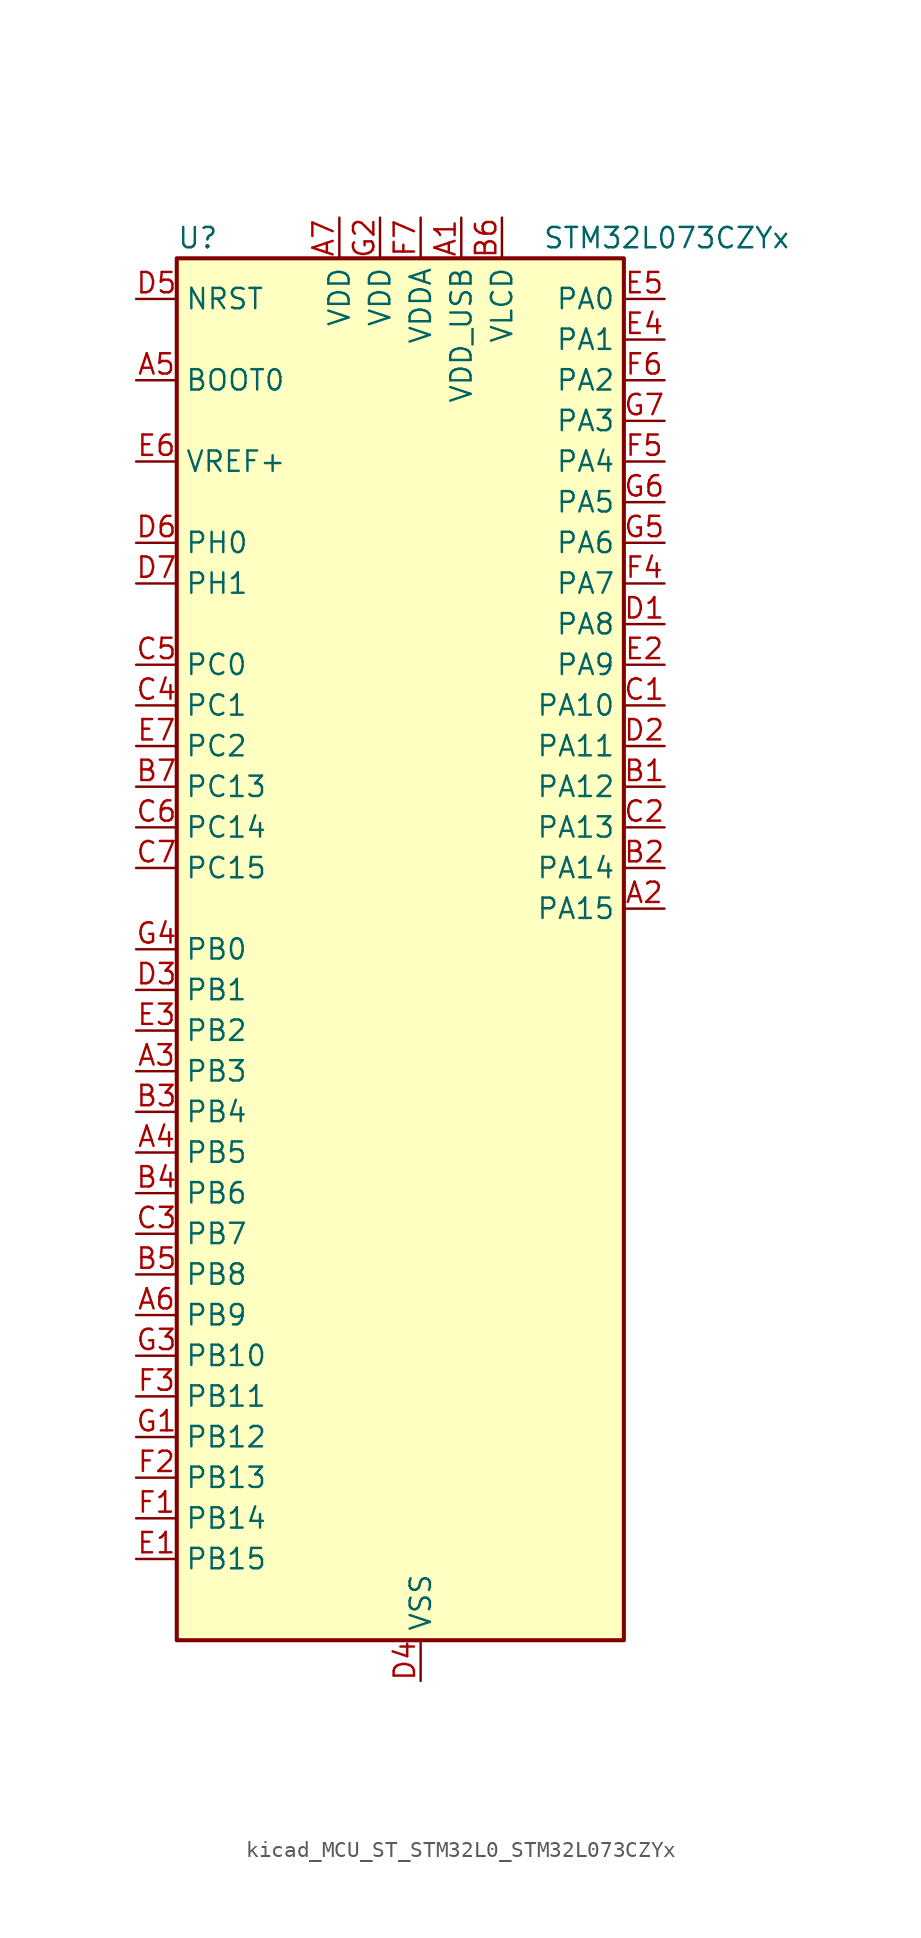
<source format=kicad_sym>
(kicad_symbol_lib
  (version 20220914)
  (generator kicad_symbol_editor)
  (symbol "kicad_MCU_ST_STM32L0_STM32L073CZYx"
    (property "Reference" "U"
      (at -12.7 44.45 0)
      (effects (font (size 1.27 1.27)) (justify left)))
    (property "Value" "STM32L073CZYx"
      (at 10.16 44.45 0)
      (effects (font (size 1.27 1.27)) (justify left)))
    (property "ki_locked" ""
      (at 0 0 0)
      (effects (font (size 1.27 1.27))))
    (symbol "kicad_MCU_ST_STM32L0_STM32L073CZYx_0_1"
      (rectangle (start -12.7 -43.18) (end 15.24 43.18) (stroke (width 0.254) (type default)) (fill (type background))))
    (symbol "kicad_MCU_ST_STM32L0_STM32L073CZYx_1_1"
      (pin power_in line (at 5.08 45.72 270) (length 2.54) (name "VDD_USB" (effects (font (size 1.27 1.27)))) (number "A1" (effects (font (size 1.27 1.27)))))
      (pin bidirectional line (at 17.78 2.54 180) (length 2.54) (name "PA15" (effects (font (size 1.27 1.27)))) (number "A2" (effects (font (size 1.27 1.27)))) (alternate "LCD_SEG17" bidirectional line) (alternate "SPI1_NSS" bidirectional line) (alternate "TIM2_CH1" bidirectional line) (alternate "TIM2_ETR" bidirectional line) (alternate "USART2_RX" bidirectional line) (alternate "USART4_DE" bidirectional line) (alternate "USART4_RTS" bidirectional line))
      (pin bidirectional line (at -15.24 -7.62 0) (length 2.54) (name "PB3" (effects (font (size 1.27 1.27)))) (number "A3" (effects (font (size 1.27 1.27)))) (alternate "COMP2_INM" bidirectional line) (alternate "LCD_SEG7" bidirectional line) (alternate "SPI1_SCK" bidirectional line) (alternate "TIM2_CH2" bidirectional line) (alternate "TSC_G5_IO1" bidirectional line) (alternate "USART1_DE" bidirectional line) (alternate "USART1_RTS" bidirectional line) (alternate "USART5_TX" bidirectional line))
      (pin bidirectional line (at -15.24 -12.7 0) (length 2.54) (name "PB5" (effects (font (size 1.27 1.27)))) (number "A4" (effects (font (size 1.27 1.27)))) (alternate "COMP2_INP" bidirectional line) (alternate "I2C1_SMBA" bidirectional line) (alternate "LCD_SEG9" bidirectional line) (alternate "LPTIM1_IN1" bidirectional line) (alternate "SPI1_MOSI" bidirectional line) (alternate "TIM22_CH2" bidirectional line) (alternate "TIM3_CH2" bidirectional line) (alternate "USART1_CK" bidirectional line) (alternate "USART5_CK" bidirectional line) (alternate "USART5_DE" bidirectional line) (alternate "USART5_RTS" bidirectional line))
      (pin input line (at -15.24 35.56 0) (length 2.54) (name "BOOT0" (effects (font (size 1.27 1.27)))) (number "A5" (effects (font (size 1.27 1.27)))))
      (pin bidirectional line (at -15.24 -22.86 0) (length 2.54) (name "PB9" (effects (font (size 1.27 1.27)))) (number "A6" (effects (font (size 1.27 1.27)))) (alternate "DAC_EXTI9" bidirectional line) (alternate "I2C1_SDA" bidirectional line) (alternate "I2S2_WS" bidirectional line) (alternate "LCD_COM3" bidirectional line) (alternate "SPI2_NSS" bidirectional line))
      (pin power_in line (at -2.54 45.72 270) (length 2.54) (name "VDD" (effects (font (size 1.27 1.27)))) (number "A7" (effects (font (size 1.27 1.27)))))
      (pin bidirectional line (at 17.78 10.16 180) (length 2.54) (name "PA12" (effects (font (size 1.27 1.27)))) (number "B1" (effects (font (size 1.27 1.27)))) (alternate "COMP2_OUT" bidirectional line) (alternate "SPI1_MOSI" bidirectional line) (alternate "TSC_G4_IO4" bidirectional line) (alternate "USART1_DE" bidirectional line) (alternate "USART1_RTS" bidirectional line) (alternate "USB_DP" bidirectional line))
      (pin bidirectional line (at 17.78 5.08 180) (length 2.54) (name "PA14" (effects (font (size 1.27 1.27)))) (number "B2" (effects (font (size 1.27 1.27)))) (alternate "LPUART1_TX" bidirectional line) (alternate "SYS_SWCLK" bidirectional line) (alternate "USART2_TX" bidirectional line))
      (pin bidirectional line (at -15.24 -10.16 0) (length 2.54) (name "PB4" (effects (font (size 1.27 1.27)))) (number "B3" (effects (font (size 1.27 1.27)))) (alternate "COMP2_INP" bidirectional line) (alternate "I2C3_SDA" bidirectional line) (alternate "LCD_SEG8" bidirectional line) (alternate "SPI1_MISO" bidirectional line) (alternate "TIM22_CH1" bidirectional line) (alternate "TIM3_CH1" bidirectional line) (alternate "TSC_G5_IO2" bidirectional line) (alternate "USART1_CTS" bidirectional line) (alternate "USART5_RX" bidirectional line))
      (pin bidirectional line (at -15.24 -15.24 0) (length 2.54) (name "PB6" (effects (font (size 1.27 1.27)))) (number "B4" (effects (font (size 1.27 1.27)))) (alternate "COMP2_INP" bidirectional line) (alternate "I2C1_SCL" bidirectional line) (alternate "LPTIM1_ETR" bidirectional line) (alternate "TSC_G5_IO3" bidirectional line) (alternate "USART1_TX" bidirectional line))
      (pin bidirectional line (at -15.24 -20.32 0) (length 2.54) (name "PB8" (effects (font (size 1.27 1.27)))) (number "B5" (effects (font (size 1.27 1.27)))) (alternate "I2C1_SCL" bidirectional line) (alternate "LCD_SEG16" bidirectional line) (alternate "TSC_SYNC" bidirectional line))
      (pin power_in line (at 7.62 45.72 270) (length 2.54) (name "VLCD" (effects (font (size 1.27 1.27)))) (number "B6" (effects (font (size 1.27 1.27)))))
      (pin bidirectional line (at -15.24 10.16 0) (length 2.54) (name "PC13" (effects (font (size 1.27 1.27)))) (number "B7" (effects (font (size 1.27 1.27)))) (alternate "RTC_OUT_ALARM" bidirectional line) (alternate "RTC_OUT_CALIB" bidirectional line) (alternate "RTC_TAMP1" bidirectional line) (alternate "RTC_TS" bidirectional line) (alternate "SYS_WKUP2" bidirectional line))
      (pin bidirectional line (at 17.78 15.24 180) (length 2.54) (name "PA10" (effects (font (size 1.27 1.27)))) (number "C1" (effects (font (size 1.27 1.27)))) (alternate "I2C1_SDA" bidirectional line) (alternate "LCD_COM2" bidirectional line) (alternate "TSC_G4_IO2" bidirectional line) (alternate "USART1_RX" bidirectional line))
      (pin bidirectional line (at 17.78 7.62 180) (length 2.54) (name "PA13" (effects (font (size 1.27 1.27)))) (number "C2" (effects (font (size 1.27 1.27)))) (alternate "LPUART1_RX" bidirectional line) (alternate "SYS_SWDIO" bidirectional line) (alternate "USB_NOE" bidirectional line))
      (pin bidirectional line (at -15.24 -17.78 0) (length 2.54) (name "PB7" (effects (font (size 1.27 1.27)))) (number "C3" (effects (font (size 1.27 1.27)))) (alternate "COMP2_INP" bidirectional line) (alternate "I2C1_SDA" bidirectional line) (alternate "LPTIM1_IN2" bidirectional line) (alternate "SYS_PVD_IN" bidirectional line) (alternate "TSC_G5_IO4" bidirectional line) (alternate "USART1_RX" bidirectional line) (alternate "USART4_CTS" bidirectional line))
      (pin bidirectional line (at -15.24 15.24 0) (length 2.54) (name "PC1" (effects (font (size 1.27 1.27)))) (number "C4" (effects (font (size 1.27 1.27)))) (alternate "ADC_IN11" bidirectional line) (alternate "I2C3_SDA" bidirectional line) (alternate "LCD_SEG19" bidirectional line) (alternate "LPTIM1_OUT" bidirectional line) (alternate "LPUART1_TX" bidirectional line) (alternate "TSC_G7_IO2" bidirectional line))
      (pin bidirectional line (at -15.24 17.78 0) (length 2.54) (name "PC0" (effects (font (size 1.27 1.27)))) (number "C5" (effects (font (size 1.27 1.27)))) (alternate "ADC_IN10" bidirectional line) (alternate "I2C3_SCL" bidirectional line) (alternate "LCD_SEG18" bidirectional line) (alternate "LPTIM1_IN1" bidirectional line) (alternate "LPUART1_RX" bidirectional line) (alternate "TSC_G7_IO1" bidirectional line))
      (pin bidirectional line (at -15.24 7.62 0) (length 2.54) (name "PC14" (effects (font (size 1.27 1.27)))) (number "C6" (effects (font (size 1.27 1.27)))) (alternate "RCC_OSC32_IN" bidirectional line))
      (pin bidirectional line (at -15.24 5.08 0) (length 2.54) (name "PC15" (effects (font (size 1.27 1.27)))) (number "C7" (effects (font (size 1.27 1.27)))) (alternate "RCC_OSC32_OUT" bidirectional line))
      (pin bidirectional line (at 17.78 20.32 180) (length 2.54) (name "PA8" (effects (font (size 1.27 1.27)))) (number "D1" (effects (font (size 1.27 1.27)))) (alternate "CRS_SYNC" bidirectional line) (alternate "I2C3_SCL" bidirectional line) (alternate "LCD_COM0" bidirectional line) (alternate "RCC_MCO" bidirectional line) (alternate "USART1_CK" bidirectional line))
      (pin bidirectional line (at 17.78 12.7 180) (length 2.54) (name "PA11" (effects (font (size 1.27 1.27)))) (number "D2" (effects (font (size 1.27 1.27)))) (alternate "ADC_EXTI11" bidirectional line) (alternate "COMP1_OUT" bidirectional line) (alternate "SPI1_MISO" bidirectional line) (alternate "TSC_G4_IO3" bidirectional line) (alternate "USART1_CTS" bidirectional line) (alternate "USB_DM" bidirectional line))
      (pin bidirectional line (at -15.24 -2.54 0) (length 2.54) (name "PB1" (effects (font (size 1.27 1.27)))) (number "D3" (effects (font (size 1.27 1.27)))) (alternate "ADC_IN9" bidirectional line) (alternate "LCD_SEG6" bidirectional line) (alternate "LPUART1_DE" bidirectional line) (alternate "LPUART1_RTS" bidirectional line) (alternate "SYS_VREF_OUT_PB1" bidirectional line) (alternate "TIM3_CH4" bidirectional line) (alternate "TSC_G3_IO3" bidirectional line))
      (pin power_in line (at 2.54 -45.72 90) (length 2.54) (name "VSS" (effects (font (size 1.27 1.27)))) (number "D4" (effects (font (size 1.27 1.27)))))
      (pin input line (at -15.24 40.64 0) (length 2.54) (name "NRST" (effects (font (size 1.27 1.27)))) (number "D5" (effects (font (size 1.27 1.27)))))
      (pin bidirectional line (at -15.24 25.4 0) (length 2.54) (name "PH0" (effects (font (size 1.27 1.27)))) (number "D6" (effects (font (size 1.27 1.27)))) (alternate "CRS_SYNC" bidirectional line) (alternate "RCC_OSC_IN" bidirectional line))
      (pin bidirectional line (at -15.24 22.86 0) (length 2.54) (name "PH1" (effects (font (size 1.27 1.27)))) (number "D7" (effects (font (size 1.27 1.27)))) (alternate "RCC_OSC_OUT" bidirectional line))
      (pin bidirectional line (at -15.24 -38.1 0) (length 2.54) (name "PB15" (effects (font (size 1.27 1.27)))) (number "E1" (effects (font (size 1.27 1.27)))) (alternate "I2S2_SD" bidirectional line) (alternate "LCD_SEG15" bidirectional line) (alternate "RTC_REFIN" bidirectional line) (alternate "SPI2_MOSI" bidirectional line))
      (pin bidirectional line (at 17.78 17.78 180) (length 2.54) (name "PA9" (effects (font (size 1.27 1.27)))) (number "E2" (effects (font (size 1.27 1.27)))) (alternate "DAC_EXTI9" bidirectional line) (alternate "I2C1_SCL" bidirectional line) (alternate "I2C3_SMBA" bidirectional line) (alternate "LCD_COM1" bidirectional line) (alternate "RCC_MCO" bidirectional line) (alternate "TSC_G4_IO1" bidirectional line) (alternate "USART1_TX" bidirectional line))
      (pin bidirectional line (at -15.24 -5.08 0) (length 2.54) (name "PB2" (effects (font (size 1.27 1.27)))) (number "E3" (effects (font (size 1.27 1.27)))) (alternate "I2C3_SMBA" bidirectional line) (alternate "LCD_VLCD2" bidirectional line) (alternate "LPTIM1_OUT" bidirectional line) (alternate "TSC_G3_IO4" bidirectional line))
      (pin bidirectional line (at 17.78 38.1 180) (length 2.54) (name "PA1" (effects (font (size 1.27 1.27)))) (number "E4" (effects (font (size 1.27 1.27)))) (alternate "ADC_IN1" bidirectional line) (alternate "COMP1_INP" bidirectional line) (alternate "LCD_SEG0" bidirectional line) (alternate "TIM21_ETR" bidirectional line) (alternate "TIM2_CH2" bidirectional line) (alternate "TSC_G1_IO2" bidirectional line) (alternate "USART2_DE" bidirectional line) (alternate "USART2_RTS" bidirectional line) (alternate "USART4_RX" bidirectional line))
      (pin bidirectional line (at 17.78 40.64 180) (length 2.54) (name "PA0" (effects (font (size 1.27 1.27)))) (number "E5" (effects (font (size 1.27 1.27)))) (alternate "ADC_IN0" bidirectional line) (alternate "COMP1_INM" bidirectional line) (alternate "COMP1_OUT" bidirectional line) (alternate "RTC_TAMP2" bidirectional line) (alternate "SYS_WKUP1" bidirectional line) (alternate "TIM2_CH1" bidirectional line) (alternate "TIM2_ETR" bidirectional line) (alternate "TSC_G1_IO1" bidirectional line) (alternate "USART2_CTS" bidirectional line) (alternate "USART4_TX" bidirectional line))
      (pin input line (at -15.24 30.48 0) (length 2.54) (name "VREF+" (effects (font (size 1.27 1.27)))) (number "E6" (effects (font (size 1.27 1.27)))))
      (pin bidirectional line (at -15.24 12.7 0) (length 2.54) (name "PC2" (effects (font (size 1.27 1.27)))) (number "E7" (effects (font (size 1.27 1.27)))) (alternate "ADC_IN12" bidirectional line) (alternate "I2S2_MCK" bidirectional line) (alternate "LCD_SEG20" bidirectional line) (alternate "LPTIM1_IN2" bidirectional line) (alternate "SPI2_MISO" bidirectional line) (alternate "TSC_G7_IO3" bidirectional line))
      (pin bidirectional line (at -15.24 -35.56 0) (length 2.54) (name "PB14" (effects (font (size 1.27 1.27)))) (number "F1" (effects (font (size 1.27 1.27)))) (alternate "I2C2_SDA" bidirectional line) (alternate "I2S2_MCK" bidirectional line) (alternate "LCD_SEG14" bidirectional line) (alternate "LPUART1_DE" bidirectional line) (alternate "LPUART1_RTS" bidirectional line) (alternate "RTC_OUT_ALARM" bidirectional line) (alternate "RTC_OUT_CALIB" bidirectional line) (alternate "SPI2_MISO" bidirectional line) (alternate "TIM21_CH2" bidirectional line) (alternate "TSC_G6_IO4" bidirectional line))
      (pin bidirectional line (at -15.24 -33.02 0) (length 2.54) (name "PB13" (effects (font (size 1.27 1.27)))) (number "F2" (effects (font (size 1.27 1.27)))) (alternate "I2C2_SCL" bidirectional line) (alternate "I2S2_CK" bidirectional line) (alternate "LCD_SEG13" bidirectional line) (alternate "LPUART1_CTS" bidirectional line) (alternate "RCC_MCO" bidirectional line) (alternate "SPI2_SCK" bidirectional line) (alternate "TIM21_CH1" bidirectional line) (alternate "TSC_G6_IO3" bidirectional line))
      (pin bidirectional line (at -15.24 -27.94 0) (length 2.54) (name "PB11" (effects (font (size 1.27 1.27)))) (number "F3" (effects (font (size 1.27 1.27)))) (alternate "ADC_EXTI11" bidirectional line) (alternate "I2C2_SDA" bidirectional line) (alternate "LCD_SEG11" bidirectional line) (alternate "LPUART1_RX" bidirectional line) (alternate "LPUART1_TX" bidirectional line) (alternate "TIM2_CH4" bidirectional line) (alternate "TSC_G6_IO1" bidirectional line))
      (pin bidirectional line (at 17.78 22.86 180) (length 2.54) (name "PA7" (effects (font (size 1.27 1.27)))) (number "F4" (effects (font (size 1.27 1.27)))) (alternate "ADC_IN7" bidirectional line) (alternate "COMP2_OUT" bidirectional line) (alternate "LCD_SEG4" bidirectional line) (alternate "SPI1_MOSI" bidirectional line) (alternate "TIM22_CH2" bidirectional line) (alternate "TIM3_CH2" bidirectional line) (alternate "TSC_G2_IO4" bidirectional line))
      (pin bidirectional line (at 17.78 30.48 180) (length 2.54) (name "PA4" (effects (font (size 1.27 1.27)))) (number "F5" (effects (font (size 1.27 1.27)))) (alternate "ADC_IN4" bidirectional line) (alternate "COMP1_INM" bidirectional line) (alternate "COMP2_INM" bidirectional line) (alternate "DAC_OUT1" bidirectional line) (alternate "SPI1_NSS" bidirectional line) (alternate "TIM22_ETR" bidirectional line) (alternate "TSC_G2_IO1" bidirectional line) (alternate "USART2_CK" bidirectional line))
      (pin bidirectional line (at 17.78 35.56 180) (length 2.54) (name "PA2" (effects (font (size 1.27 1.27)))) (number "F6" (effects (font (size 1.27 1.27)))) (alternate "ADC_IN2" bidirectional line) (alternate "COMP2_INM" bidirectional line) (alternate "COMP2_OUT" bidirectional line) (alternate "LCD_SEG1" bidirectional line) (alternate "LPUART1_TX" bidirectional line) (alternate "TIM21_CH1" bidirectional line) (alternate "TIM2_CH3" bidirectional line) (alternate "TSC_G1_IO3" bidirectional line) (alternate "USART2_TX" bidirectional line))
      (pin power_in line (at 2.54 45.72 270) (length 2.54) (name "VDDA" (effects (font (size 1.27 1.27)))) (number "F7" (effects (font (size 1.27 1.27)))))
      (pin bidirectional line (at -15.24 -30.48 0) (length 2.54) (name "PB12" (effects (font (size 1.27 1.27)))) (number "G1" (effects (font (size 1.27 1.27)))) (alternate "I2S2_WS" bidirectional line) (alternate "LCD_SEG12" bidirectional line) (alternate "LCD_VLCD2" bidirectional line) (alternate "LPUART1_DE" bidirectional line) (alternate "LPUART1_RTS" bidirectional line) (alternate "SPI2_NSS" bidirectional line) (alternate "TSC_G6_IO2" bidirectional line))
      (pin power_in line (at 0 45.72 270) (length 2.54) (name "VDD" (effects (font (size 1.27 1.27)))) (number "G2" (effects (font (size 1.27 1.27)))))
      (pin bidirectional line (at -15.24 -25.4 0) (length 2.54) (name "PB10" (effects (font (size 1.27 1.27)))) (number "G3" (effects (font (size 1.27 1.27)))) (alternate "I2C2_SCL" bidirectional line) (alternate "LCD_SEG10" bidirectional line) (alternate "LPUART1_RX" bidirectional line) (alternate "LPUART1_TX" bidirectional line) (alternate "SPI2_SCK" bidirectional line) (alternate "TIM2_CH3" bidirectional line) (alternate "TSC_SYNC" bidirectional line))
      (pin bidirectional line (at -15.24 0 0) (length 2.54) (name "PB0" (effects (font (size 1.27 1.27)))) (number "G4" (effects (font (size 1.27 1.27)))) (alternate "ADC_IN8" bidirectional line) (alternate "LCD_SEG5" bidirectional line) (alternate "LCD_VLCD3" bidirectional line) (alternate "SYS_VREF_OUT_PB0" bidirectional line) (alternate "TIM3_CH3" bidirectional line) (alternate "TSC_G3_IO2" bidirectional line))
      (pin bidirectional line (at 17.78 25.4 180) (length 2.54) (name "PA6" (effects (font (size 1.27 1.27)))) (number "G5" (effects (font (size 1.27 1.27)))) (alternate "ADC_IN6" bidirectional line) (alternate "COMP1_OUT" bidirectional line) (alternate "LCD_SEG3" bidirectional line) (alternate "LPUART1_CTS" bidirectional line) (alternate "SPI1_MISO" bidirectional line) (alternate "TIM22_CH1" bidirectional line) (alternate "TIM3_CH1" bidirectional line) (alternate "TSC_G2_IO3" bidirectional line))
      (pin bidirectional line (at 17.78 27.94 180) (length 2.54) (name "PA5" (effects (font (size 1.27 1.27)))) (number "G6" (effects (font (size 1.27 1.27)))) (alternate "ADC_IN5" bidirectional line) (alternate "COMP1_INM" bidirectional line) (alternate "COMP2_INM" bidirectional line) (alternate "DAC_OUT2" bidirectional line) (alternate "SPI1_SCK" bidirectional line) (alternate "TIM2_CH1" bidirectional line) (alternate "TIM2_ETR" bidirectional line) (alternate "TSC_G2_IO2" bidirectional line))
      (pin bidirectional line (at 17.78 33.02 180) (length 2.54) (name "PA3" (effects (font (size 1.27 1.27)))) (number "G7" (effects (font (size 1.27 1.27)))) (alternate "ADC_IN3" bidirectional line) (alternate "COMP2_INP" bidirectional line) (alternate "LCD_SEG2" bidirectional line) (alternate "LPUART1_RX" bidirectional line) (alternate "TIM21_CH2" bidirectional line) (alternate "TIM2_CH4" bidirectional line) (alternate "TSC_G1_IO4" bidirectional line) (alternate "USART2_RX" bidirectional line)))))
</source>
